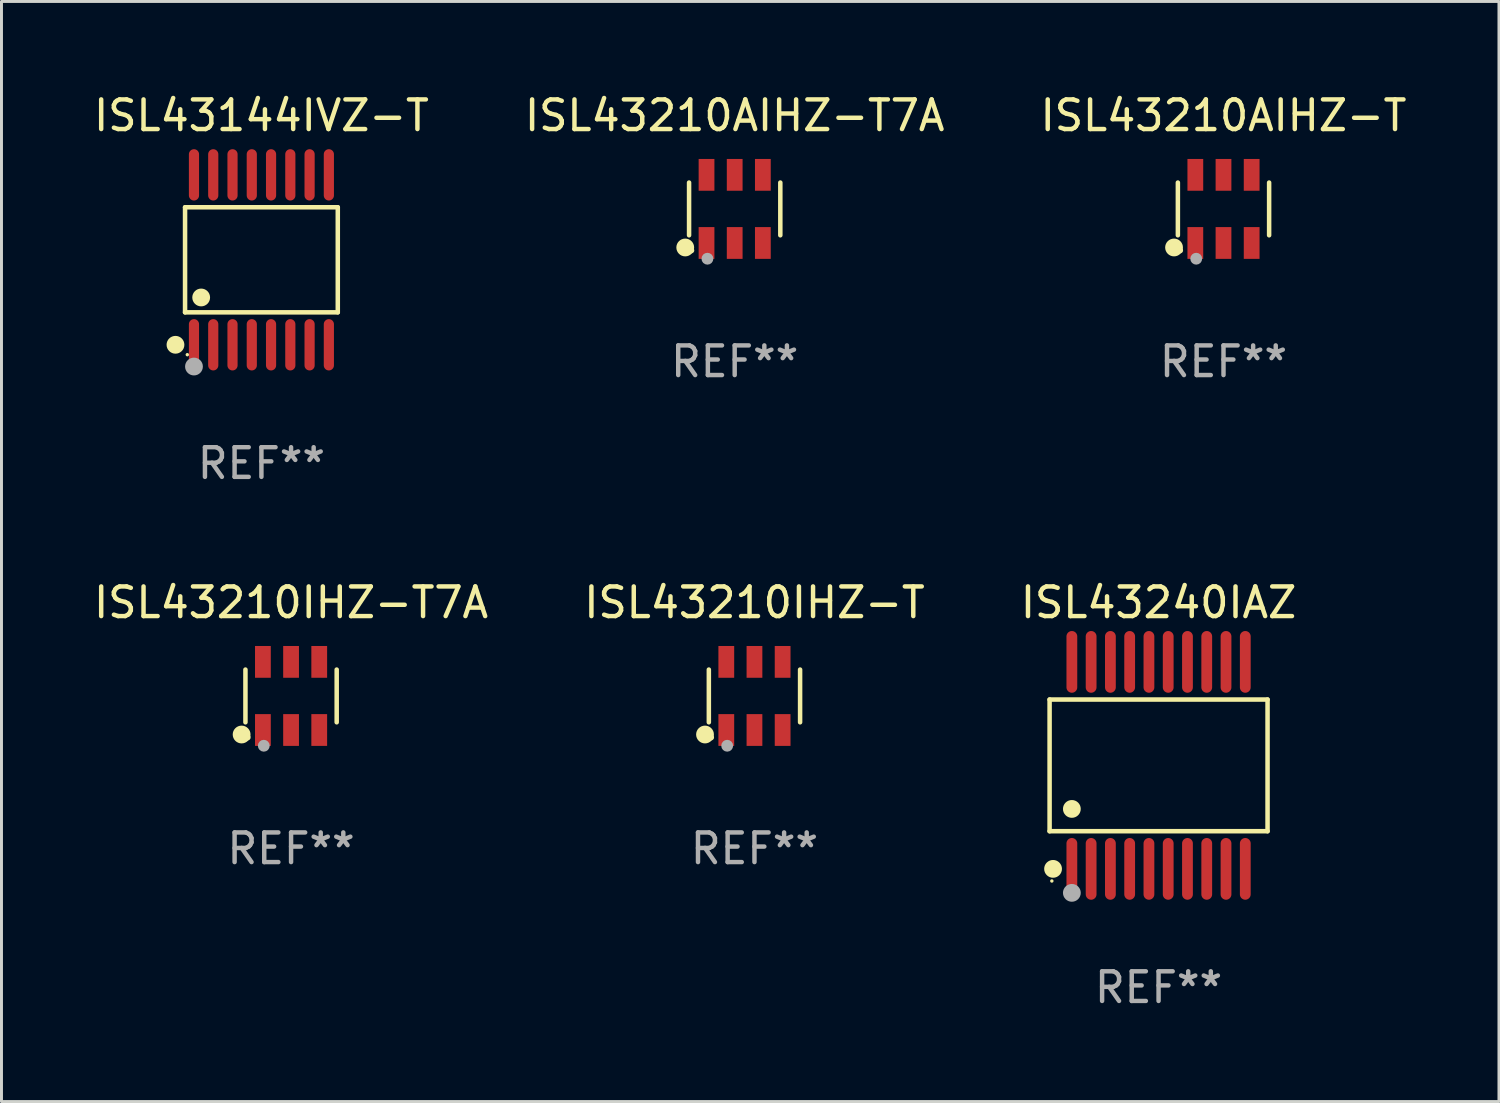
<source format=kicad_pcb>
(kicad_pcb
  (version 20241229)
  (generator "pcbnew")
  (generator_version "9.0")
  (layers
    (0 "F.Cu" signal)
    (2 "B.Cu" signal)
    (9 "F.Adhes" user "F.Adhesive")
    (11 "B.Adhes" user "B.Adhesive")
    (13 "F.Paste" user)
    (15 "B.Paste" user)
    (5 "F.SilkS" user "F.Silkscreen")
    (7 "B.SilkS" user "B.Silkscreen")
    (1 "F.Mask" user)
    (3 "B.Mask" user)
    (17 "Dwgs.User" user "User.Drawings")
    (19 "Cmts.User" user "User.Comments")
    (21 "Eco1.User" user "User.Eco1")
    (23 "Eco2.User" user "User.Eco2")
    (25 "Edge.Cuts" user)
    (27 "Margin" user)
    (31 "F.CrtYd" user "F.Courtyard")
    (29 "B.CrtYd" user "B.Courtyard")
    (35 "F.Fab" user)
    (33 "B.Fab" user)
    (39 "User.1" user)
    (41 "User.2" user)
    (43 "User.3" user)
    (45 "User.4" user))
  (footprint "ISL43210IHZ-T7A"
    (layer "F.Cu")
    (at 6.768 20.425)
    (property "Reference" "ISL43210IHZ-T7A" (at 0 -3.149 0) (layer "F.SilkS") (effects (font (size 1 1) (thickness 0.15))))
    (attr through_hole)
    (fp_line (start -1.539 0.889) (end -1.539 -0.889) (stroke (width 0.152) (type solid)) (layer "F.SilkS"))
    (fp_line (start 1.539 0.889) (end 1.539 -0.889) (stroke (width 0.152) (type solid)) (layer "F.SilkS"))
    (fp_circle (center -1.668 1.301) (end -1.518 1.301) (stroke (width 0.3) (type solid)) (fill no) (layer "F.SilkS"))
    (fp_circle (center -1.463 1.4) (end -1.413 1.4) (stroke (width 0.1) (type solid)) (fill no) (layer "F.SilkS"))
    (fp_circle (center -0.92 1.68) (end -0.82 1.68) (stroke (width 0.2) (type solid)) (fill no) (layer "F.Fab"))
    (fp_text user "REF**" (at 0 5.149 0) (layer "F.Fab") (effects (font (size 1 1) (thickness 0.15))))
    (pad "1" smd rect (at -0.95 1.149) (size 0.532 1.072) (layers "F.Cu" "F.Mask" "F.Paste"))
    (pad "2" smd rect (at 0 1.149) (size 0.532 1.072) (layers "F.Cu" "F.Mask" "F.Paste"))
    (pad "3" smd rect (at 0.95 1.149) (size 0.532 1.072) (layers "F.Cu" "F.Mask" "F.Paste"))
    (pad "4" smd rect (at 0.95 -1.149) (size 0.532 1.072) (layers "F.Cu" "F.Mask" "F.Paste"))
    (pad "5" smd rect (at 0 -1.149) (size 0.532 1.072) (layers "F.Cu" "F.Mask" "F.Paste"))
    (pad "6" smd rect (at -0.95 -1.149) (size 0.532 1.072) (layers "F.Cu" "F.Mask" "F.Paste")))
  (footprint "ISL43210AIHZ-T7A"
    (layer "F.Cu")
    (at 21.732 3.997)
    (property "Reference" "ISL43210AIHZ-T7A" (at 0 -3.149 0) (layer "F.SilkS") (effects (font (size 1 1) (thickness 0.15))))
    (attr through_hole)
    (fp_line (start -1.539 0.889) (end -1.539 -0.889) (stroke (width 0.152) (type solid)) (layer "F.SilkS"))
    (fp_line (start 1.539 0.889) (end 1.539 -0.889) (stroke (width 0.152) (type solid)) (layer "F.SilkS"))
    (fp_circle (center -1.668 1.301) (end -1.518 1.301) (stroke (width 0.3) (type solid)) (fill no) (layer "F.SilkS"))
    (fp_circle (center -1.463 1.4) (end -1.413 1.4) (stroke (width 0.1) (type solid)) (fill no) (layer "F.SilkS"))
    (fp_circle (center -0.92 1.68) (end -0.82 1.68) (stroke (width 0.2) (type solid)) (fill no) (layer "F.Fab"))
    (fp_text user "REF**" (at 0 5.149 0) (layer "F.Fab") (effects (font (size 1 1) (thickness 0.15))))
    (pad "1" smd rect (at -0.95 1.149) (size 0.532 1.072) (layers "F.Cu" "F.Mask" "F.Paste"))
    (pad "2" smd rect (at 0 1.149) (size 0.532 1.072) (layers "F.Cu" "F.Mask" "F.Paste"))
    (pad "3" smd rect (at 0.95 1.149) (size 0.532 1.072) (layers "F.Cu" "F.Mask" "F.Paste"))
    (pad "4" smd rect (at 0.95 -1.149) (size 0.532 1.072) (layers "F.Cu" "F.Mask" "F.Paste"))
    (pad "5" smd rect (at 0 -1.149) (size 0.532 1.072) (layers "F.Cu" "F.Mask" "F.Paste"))
    (pad "6" smd rect (at -0.95 -1.149) (size 0.532 1.072) (layers "F.Cu" "F.Mask" "F.Paste")))
  (footprint "ISL43210AIHZ-T"
    (layer "F.Cu")
    (at 38.22 3.997)
    (property "Reference" "ISL43210AIHZ-T" (at 0 -3.149 0) (layer "F.SilkS") (effects (font (size 1 1) (thickness 0.15))))
    (attr through_hole)
    (fp_line (start -1.539 0.889) (end -1.539 -0.889) (stroke (width 0.152) (type solid)) (layer "F.SilkS"))
    (fp_line (start 1.539 0.889) (end 1.539 -0.889) (stroke (width 0.152) (type solid)) (layer "F.SilkS"))
    (fp_circle (center -1.668 1.301) (end -1.518 1.301) (stroke (width 0.3) (type solid)) (fill no) (layer "F.SilkS"))
    (fp_circle (center -1.463 1.4) (end -1.413 1.4) (stroke (width 0.1) (type solid)) (fill no) (layer "F.SilkS"))
    (fp_circle (center -0.92 1.68) (end -0.82 1.68) (stroke (width 0.2) (type solid)) (fill no) (layer "F.Fab"))
    (fp_text user "REF**" (at 0 5.149 0) (layer "F.Fab") (effects (font (size 1 1) (thickness 0.15))))
    (pad "1" smd rect (at -0.95 1.149) (size 0.532 1.072) (layers "F.Cu" "F.Mask" "F.Paste"))
    (pad "2" smd rect (at 0 1.149) (size 0.532 1.072) (layers "F.Cu" "F.Mask" "F.Paste"))
    (pad "3" smd rect (at 0.95 1.149) (size 0.532 1.072) (layers "F.Cu" "F.Mask" "F.Paste"))
    (pad "4" smd rect (at 0.95 -1.149) (size 0.532 1.072) (layers "F.Cu" "F.Mask" "F.Paste"))
    (pad "5" smd rect (at 0 -1.149) (size 0.532 1.072) (layers "F.Cu" "F.Mask" "F.Paste"))
    (pad "6" smd rect (at -0.95 -1.149) (size 0.532 1.072) (layers "F.Cu" "F.Mask" "F.Paste")))
  (footprint "ISL43240IAZ"
    (layer "F.Cu")
    (at 36.03 22.767)
    (property "Reference" "ISL43240IAZ" (at 0 -5.491 0) (layer "F.SilkS") (effects (font (size 1 1) (thickness 0.15))))
    (attr through_hole)
    (fp_line (start -3.676 -2.221) (end 3.676 -2.221) (stroke (width 0.152) (type solid)) (layer "F.SilkS"))
    (fp_line (start -3.676 2.221) (end -3.676 -2.221) (stroke (width 0.152) (type solid)) (layer "F.SilkS"))
    (fp_line (start 3.676 -2.221) (end 3.676 2.221) (stroke (width 0.152) (type solid)) (layer "F.SilkS"))
    (fp_line (start 3.676 2.221) (end -3.676 2.221) (stroke (width 0.152) (type solid)) (layer "F.SilkS"))
    (fp_circle (center -3.6 3.9) (end -3.57 3.9) (stroke (width 0.06) (type solid)) (fill no) (layer "F.SilkS"))
    (fp_circle (center -3.559 3.491) (end -3.409 3.491) (stroke (width 0.3) (type solid)) (fill no) (layer "F.SilkS"))
    (fp_circle (center -2.925 1.469) (end -2.775 1.469) (stroke (width 0.3) (type solid)) (fill no) (layer "F.SilkS"))
    (fp_circle (center -2.925 4.3) (end -2.775 4.3) (stroke (width 0.3) (type solid)) (fill no) (layer "F.Fab"))
    (fp_text user "REF**" (at 0 7.491 0) (layer "F.Fab") (effects (font (size 1 1) (thickness 0.15))))
    (pad "1" smd oval (at -2.925 3.491) (size 0.364 2.082) (layers "F.Cu" "F.Mask" "F.Paste"))
    (pad "2" smd oval (at -2.275 3.491) (size 0.364 2.082) (layers "F.Cu" "F.Mask" "F.Paste"))
    (pad "3" smd oval (at -1.625 3.491) (size 0.364 2.082) (layers "F.Cu" "F.Mask" "F.Paste"))
    (pad "4" smd oval (at -0.975 3.491) (size 0.364 2.082) (layers "F.Cu" "F.Mask" "F.Paste"))
    (pad "5" smd oval (at -0.325 3.491) (size 0.364 2.082) (layers "F.Cu" "F.Mask" "F.Paste"))
    (pad "6" smd oval (at 0.325 3.491) (size 0.364 2.082) (layers "F.Cu" "F.Mask" "F.Paste"))
    (pad "7" smd oval (at 0.975 3.491) (size 0.364 2.082) (layers "F.Cu" "F.Mask" "F.Paste"))
    (pad "8" smd oval (at 1.625 3.491) (size 0.364 2.082) (layers "F.Cu" "F.Mask" "F.Paste"))
    (pad "9" smd oval (at 2.275 3.491) (size 0.364 2.082) (layers "F.Cu" "F.Mask" "F.Paste"))
    (pad "10" smd oval (at 2.925 3.491) (size 0.364 2.082) (layers "F.Cu" "F.Mask" "F.Paste"))
    (pad "11" smd oval (at 2.925 -3.491) (size 0.364 2.082) (layers "F.Cu" "F.Mask" "F.Paste"))
    (pad "12" smd oval (at 2.275 -3.491) (size 0.364 2.082) (layers "F.Cu" "F.Mask" "F.Paste"))
    (pad "13" smd oval (at 1.625 -3.491) (size 0.364 2.082) (layers "F.Cu" "F.Mask" "F.Paste"))
    (pad "14" smd oval (at 0.975 -3.491) (size 0.364 2.082) (layers "F.Cu" "F.Mask" "F.Paste"))
    (pad "15" smd oval (at 0.325 -3.491) (size 0.364 2.082) (layers "F.Cu" "F.Mask" "F.Paste"))
    (pad "16" smd oval (at -0.325 -3.491) (size 0.364 2.082) (layers "F.Cu" "F.Mask" "F.Paste"))
    (pad "17" smd oval (at -0.975 -3.491) (size 0.364 2.082) (layers "F.Cu" "F.Mask" "F.Paste"))
    (pad "18" smd oval (at -1.625 -3.491) (size 0.364 2.082) (layers "F.Cu" "F.Mask" "F.Paste"))
    (pad "19" smd oval (at -2.275 -3.491) (size 0.364 2.082) (layers "F.Cu" "F.Mask" "F.Paste"))
    (pad "20" smd oval (at -2.925 -3.491) (size 0.364 2.082) (layers "F.Cu" "F.Mask" "F.Paste")))
  (footprint "ISL43144IVZ-T"
    (layer "F.Cu")
    (at 5.768 5.714)
    (property "Reference" "ISL43144IVZ-T" (at 0 -4.866 0) (layer "F.SilkS") (effects (font (size 1 1) (thickness 0.15))))
    (attr through_hole)
    (fp_line (start -2.576 -1.772) (end 2.576 -1.772) (stroke (width 0.152) (type solid)) (layer "F.SilkS"))
    (fp_line (start -2.576 1.771) (end -2.576 -1.772) (stroke (width 0.152) (type solid)) (layer "F.SilkS"))
    (fp_line (start 2.576 -1.772) (end 2.576 1.771) (stroke (width 0.152) (type solid)) (layer "F.SilkS"))
    (fp_line (start 2.576 1.771) (end -2.576 1.771) (stroke (width 0.152) (type solid)) (layer "F.SilkS"))
    (fp_circle (center -2.899 2.866) (end -2.749 2.866) (stroke (width 0.3) (type solid)) (fill no) (layer "F.SilkS"))
    (fp_circle (center -2.5 3.2) (end -2.47 3.2) (stroke (width 0.06) (type solid)) (fill no) (layer "F.SilkS"))
    (fp_circle (center -2.032 1.27) (end -1.882 1.27) (stroke (width 0.3) (type solid)) (fill no) (layer "F.SilkS"))
    (fp_circle (center -2.275 3.6) (end -2.125 3.6) (stroke (width 0.3) (type solid)) (fill no) (layer "F.Fab"))
    (fp_text user "REF**" (at 0 6.866 0) (layer "F.Fab") (effects (font (size 1 1) (thickness 0.15))))
    (pad "1" smd oval (at -2.275 2.866) (size 0.343 1.731) (layers "F.Cu" "F.Mask" "F.Paste"))
    (pad "2" smd oval (at -1.625 2.866) (size 0.343 1.731) (layers "F.Cu" "F.Mask" "F.Paste"))
    (pad "3" smd oval (at -0.975 2.866) (size 0.343 1.731) (layers "F.Cu" "F.Mask" "F.Paste"))
    (pad "4" smd oval (at -0.325 2.866) (size 0.343 1.731) (layers "F.Cu" "F.Mask" "F.Paste"))
    (pad "5" smd oval (at 0.325 2.866) (size 0.343 1.731) (layers "F.Cu" "F.Mask" "F.Paste"))
    (pad "6" smd oval (at 0.975 2.866) (size 0.343 1.731) (layers "F.Cu" "F.Mask" "F.Paste"))
    (pad "7" smd oval (at 1.625 2.866) (size 0.343 1.731) (layers "F.Cu" "F.Mask" "F.Paste"))
    (pad "8" smd oval (at 2.275 2.866) (size 0.343 1.731) (layers "F.Cu" "F.Mask" "F.Paste"))
    (pad "9" smd oval (at 2.275 -2.866) (size 0.343 1.731) (layers "F.Cu" "F.Mask" "F.Paste"))
    (pad "10" smd oval (at 1.625 -2.866) (size 0.343 1.731) (layers "F.Cu" "F.Mask" "F.Paste"))
    (pad "11" smd oval (at 0.975 -2.866) (size 0.343 1.731) (layers "F.Cu" "F.Mask" "F.Paste"))
    (pad "12" smd oval (at 0.325 -2.866) (size 0.343 1.731) (layers "F.Cu" "F.Mask" "F.Paste"))
    (pad "13" smd oval (at -0.325 -2.866) (size 0.343 1.731) (layers "F.Cu" "F.Mask" "F.Paste"))
    (pad "14" smd oval (at -0.975 -2.866) (size 0.343 1.731) (layers "F.Cu" "F.Mask" "F.Paste"))
    (pad "15" smd oval (at -1.625 -2.866) (size 0.343 1.731) (layers "F.Cu" "F.Mask" "F.Paste"))
    (pad "16" smd oval (at -2.275 -2.866) (size 0.343 1.731) (layers "F.Cu" "F.Mask" "F.Paste")))
  (footprint "ISL43210IHZ-T"
    (layer "F.Cu")
    (at 22.399 20.425)
    (property "Reference" "ISL43210IHZ-T" (at 0 -3.149 0) (layer "F.SilkS") (effects (font (size 1 1) (thickness 0.15))))
    (attr through_hole)
    (fp_line (start -1.539 0.889) (end -1.539 -0.889) (stroke (width 0.152) (type solid)) (layer "F.SilkS"))
    (fp_line (start 1.539 0.889) (end 1.539 -0.889) (stroke (width 0.152) (type solid)) (layer "F.SilkS"))
    (fp_circle (center -1.668 1.301) (end -1.518 1.301) (stroke (width 0.3) (type solid)) (fill no) (layer "F.SilkS"))
    (fp_circle (center -1.463 1.4) (end -1.413 1.4) (stroke (width 0.1) (type solid)) (fill no) (layer "F.SilkS"))
    (fp_circle (center -0.92 1.68) (end -0.82 1.68) (stroke (width 0.2) (type solid)) (fill no) (layer "F.Fab"))
    (fp_text user "REF**" (at 0 5.149 0) (layer "F.Fab") (effects (font (size 1 1) (thickness 0.15))))
    (pad "1" smd rect (at -0.95 1.149) (size 0.532 1.072) (layers "F.Cu" "F.Mask" "F.Paste"))
    (pad "2" smd rect (at 0 1.149) (size 0.532 1.072) (layers "F.Cu" "F.Mask" "F.Paste"))
    (pad "3" smd rect (at 0.95 1.149) (size 0.532 1.072) (layers "F.Cu" "F.Mask" "F.Paste"))
    (pad "4" smd rect (at 0.95 -1.149) (size 0.532 1.072) (layers "F.Cu" "F.Mask" "F.Paste"))
    (pad "5" smd rect (at 0 -1.149) (size 0.532 1.072) (layers "F.Cu" "F.Mask" "F.Paste"))
    (pad "6" smd rect (at -0.95 -1.149) (size 0.532 1.072) (layers "F.Cu" "F.Mask" "F.Paste")))
  (gr_rect
    (start -3 -3)
    (end 47.512 34.106)
    (stroke (width 0.1) (type default))
    (fill no)
    (layer "Edge.Cuts")))
</source>
